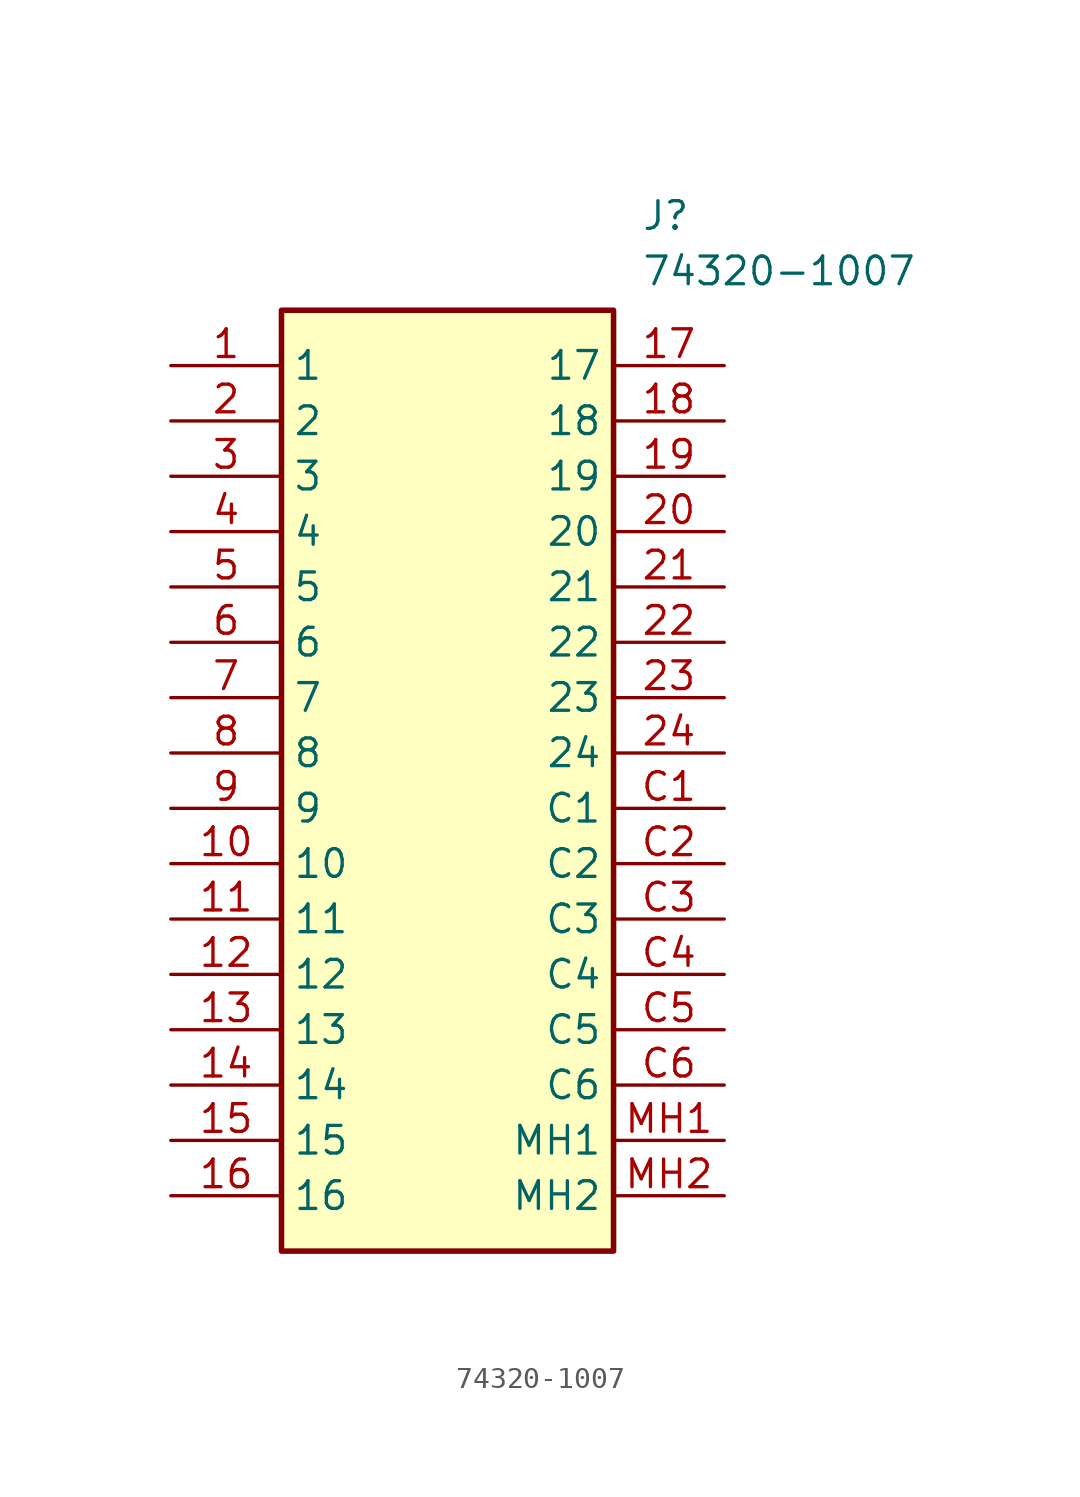
<source format=kicad_sym>
(kicad_symbol_lib
  (version 20211014)
  (generator SamacSys_ECAD_Model)
  (symbol "74320-1007"
    (property "Reference" "J"
      (at 21.59 7.62 0)
      (effects (font (size 1.27 1.27)) (justify left top)))
    (property "Value" "74320-1007"
      (at 21.59 5.08 0)
      (effects (font (size 1.27 1.27)) (justify left top)))
    (rectangle
      (start 5.08 2.54)
      (end 20.32 -40.64)
      (stroke (width 0.254) (type default))
      (fill (type background)))
    (pin passive line
      (at 0 0 0)
      (length 5.08)
      (name "1" (effects (font (size 1.27 1.27))))
      (number "1" (effects (font (size 1.27 1.27)))))
    (pin passive line
      (at 0 -2.54 0)
      (length 5.08)
      (name "2" (effects (font (size 1.27 1.27))))
      (number "2" (effects (font (size 1.27 1.27)))))
    (pin passive line
      (at 0 -5.08 0)
      (length 5.08)
      (name "3" (effects (font (size 1.27 1.27))))
      (number "3" (effects (font (size 1.27 1.27)))))
    (pin passive line
      (at 0 -7.62 0)
      (length 5.08)
      (name "4" (effects (font (size 1.27 1.27))))
      (number "4" (effects (font (size 1.27 1.27)))))
    (pin passive line
      (at 0 -10.16 0)
      (length 5.08)
      (name "5" (effects (font (size 1.27 1.27))))
      (number "5" (effects (font (size 1.27 1.27)))))
    (pin passive line
      (at 0 -12.7 0)
      (length 5.08)
      (name "6" (effects (font (size 1.27 1.27))))
      (number "6" (effects (font (size 1.27 1.27)))))
    (pin passive line
      (at 0 -15.24 0)
      (length 5.08)
      (name "7" (effects (font (size 1.27 1.27))))
      (number "7" (effects (font (size 1.27 1.27)))))
    (pin passive line
      (at 0 -17.78 0)
      (length 5.08)
      (name "8" (effects (font (size 1.27 1.27))))
      (number "8" (effects (font (size 1.27 1.27)))))
    (pin passive line
      (at 0 -20.32 0)
      (length 5.08)
      (name "9" (effects (font (size 1.27 1.27))))
      (number "9" (effects (font (size 1.27 1.27)))))
    (pin passive line
      (at 0 -22.86 0)
      (length 5.08)
      (name "10" (effects (font (size 1.27 1.27))))
      (number "10" (effects (font (size 1.27 1.27)))))
    (pin passive line
      (at 0 -25.4 0)
      (length 5.08)
      (name "11" (effects (font (size 1.27 1.27))))
      (number "11" (effects (font (size 1.27 1.27)))))
    (pin passive line
      (at 0 -27.94 0)
      (length 5.08)
      (name "12" (effects (font (size 1.27 1.27))))
      (number "12" (effects (font (size 1.27 1.27)))))
    (pin passive line
      (at 0 -30.48 0)
      (length 5.08)
      (name "13" (effects (font (size 1.27 1.27))))
      (number "13" (effects (font (size 1.27 1.27)))))
    (pin passive line
      (at 0 -33.02 0)
      (length 5.08)
      (name "14" (effects (font (size 1.27 1.27))))
      (number "14" (effects (font (size 1.27 1.27)))))
    (pin passive line
      (at 0 -35.56 0)
      (length 5.08)
      (name "15" (effects (font (size 1.27 1.27))))
      (number "15" (effects (font (size 1.27 1.27)))))
    (pin passive line
      (at 0 -38.1 0)
      (length 5.08)
      (name "16" (effects (font (size 1.27 1.27))))
      (number "16" (effects (font (size 1.27 1.27)))))
    (pin passive line
      (at 25.4 0 180)
      (length 5.08)
      (name "17" (effects (font (size 1.27 1.27))))
      (number "17" (effects (font (size 1.27 1.27)))))
    (pin passive line
      (at 25.4 -2.54 180)
      (length 5.08)
      (name "18" (effects (font (size 1.27 1.27))))
      (number "18" (effects (font (size 1.27 1.27)))))
    (pin passive line
      (at 25.4 -5.08 180)
      (length 5.08)
      (name "19" (effects (font (size 1.27 1.27))))
      (number "19" (effects (font (size 1.27 1.27)))))
    (pin passive line
      (at 25.4 -7.62 180)
      (length 5.08)
      (name "20" (effects (font (size 1.27 1.27))))
      (number "20" (effects (font (size 1.27 1.27)))))
    (pin passive line
      (at 25.4 -10.16 180)
      (length 5.08)
      (name "21" (effects (font (size 1.27 1.27))))
      (number "21" (effects (font (size 1.27 1.27)))))
    (pin passive line
      (at 25.4 -12.7 180)
      (length 5.08)
      (name "22" (effects (font (size 1.27 1.27))))
      (number "22" (effects (font (size 1.27 1.27)))))
    (pin passive line
      (at 25.4 -15.24 180)
      (length 5.08)
      (name "23" (effects (font (size 1.27 1.27))))
      (number "23" (effects (font (size 1.27 1.27)))))
    (pin passive line
      (at 25.4 -17.78 180)
      (length 5.08)
      (name "24" (effects (font (size 1.27 1.27))))
      (number "24" (effects (font (size 1.27 1.27)))))
    (pin passive line
      (at 25.4 -20.32 180)
      (length 5.08)
      (name "C1" (effects (font (size 1.27 1.27))))
      (number "C1" (effects (font (size 1.27 1.27)))))
    (pin passive line
      (at 25.4 -22.86 180)
      (length 5.08)
      (name "C2" (effects (font (size 1.27 1.27))))
      (number "C2" (effects (font (size 1.27 1.27)))))
    (pin passive line
      (at 25.4 -25.4 180)
      (length 5.08)
      (name "C3" (effects (font (size 1.27 1.27))))
      (number "C3" (effects (font (size 1.27 1.27)))))
    (pin passive line
      (at 25.4 -27.94 180)
      (length 5.08)
      (name "C4" (effects (font (size 1.27 1.27))))
      (number "C4" (effects (font (size 1.27 1.27)))))
    (pin passive line
      (at 25.4 -30.48 180)
      (length 5.08)
      (name "C5" (effects (font (size 1.27 1.27))))
      (number "C5" (effects (font (size 1.27 1.27)))))
    (pin passive line
      (at 25.4 -33.02 180)
      (length 5.08)
      (name "C6" (effects (font (size 1.27 1.27))))
      (number "C6" (effects (font (size 1.27 1.27)))))
    (pin passive line
      (at 25.4 -35.56 180)
      (length 5.08)
      (name "MH1" (effects (font (size 1.27 1.27))))
      (number "MH1" (effects (font (size 1.27 1.27)))))
    (pin passive line
      (at 25.4 -38.1 180)
      (length 5.08)
      (name "MH2" (effects (font (size 1.27 1.27))))
      (number "MH2" (effects (font (size 1.27 1.27)))))))
</source>
